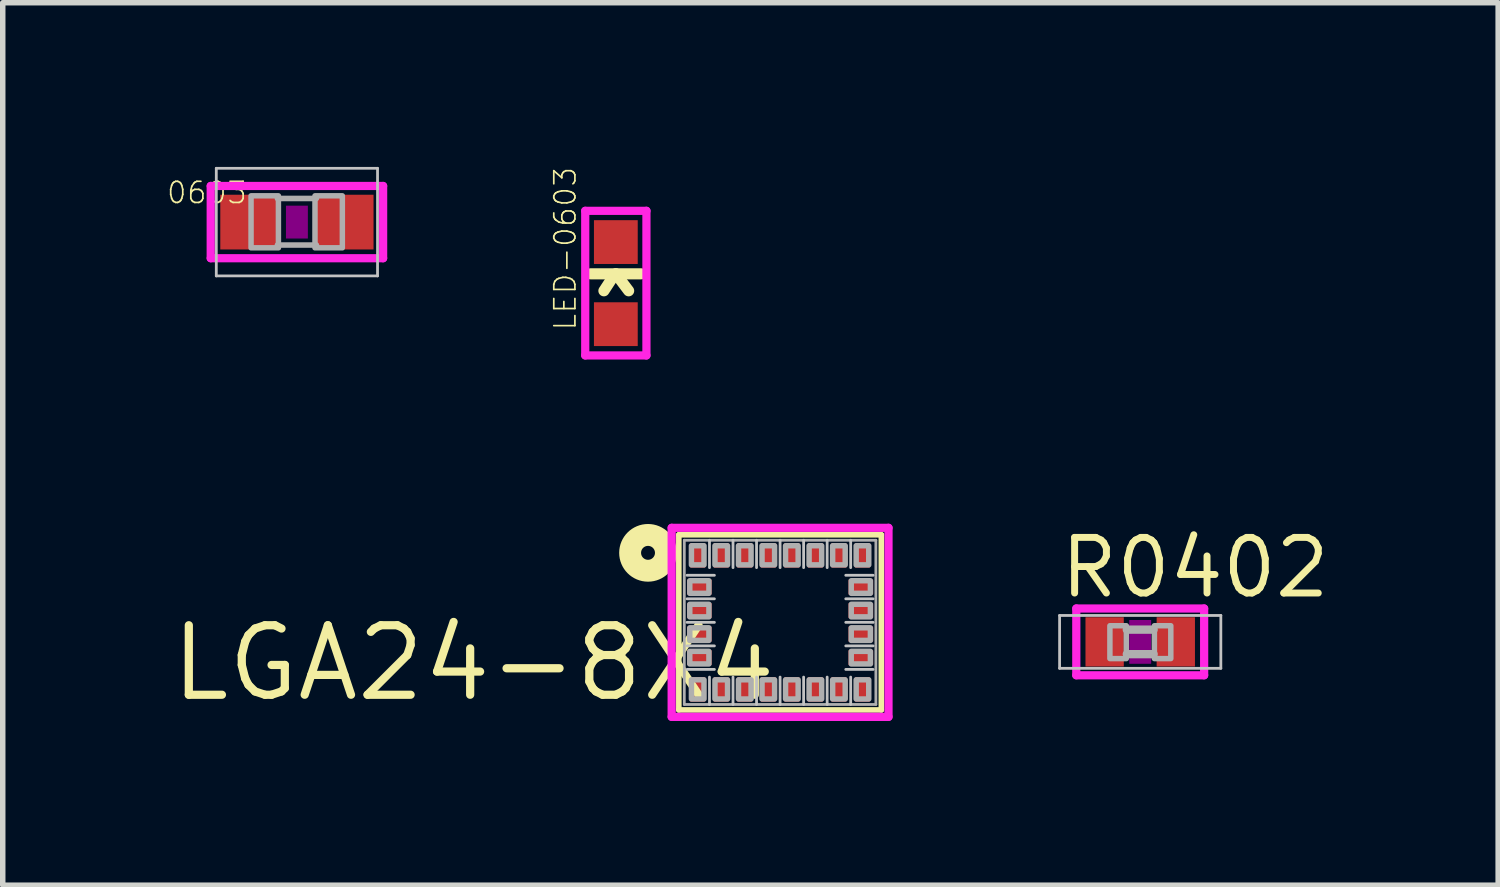
<source format=kicad_pcb>
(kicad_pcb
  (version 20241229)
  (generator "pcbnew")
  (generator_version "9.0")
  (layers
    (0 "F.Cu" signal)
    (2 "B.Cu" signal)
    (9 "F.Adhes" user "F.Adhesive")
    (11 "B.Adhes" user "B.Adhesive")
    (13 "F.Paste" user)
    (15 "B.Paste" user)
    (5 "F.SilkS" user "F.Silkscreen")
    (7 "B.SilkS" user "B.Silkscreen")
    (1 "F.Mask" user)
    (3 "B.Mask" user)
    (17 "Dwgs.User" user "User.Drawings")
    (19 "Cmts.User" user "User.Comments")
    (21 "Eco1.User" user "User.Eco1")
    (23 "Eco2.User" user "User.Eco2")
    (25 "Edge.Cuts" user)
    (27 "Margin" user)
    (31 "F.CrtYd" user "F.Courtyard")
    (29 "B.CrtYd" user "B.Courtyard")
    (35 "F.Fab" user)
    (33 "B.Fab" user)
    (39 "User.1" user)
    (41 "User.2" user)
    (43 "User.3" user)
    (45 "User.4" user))
  (footprint "LED-0603"
    (layer "F.Cu")
    (at 8.202 2.123)
    (property "Reference" "LED-0603" (at -0.699 0.889 90) (layer "F.SilkS") (effects (font (size 0.386 0.386) (thickness 0.031)) (justify left bottom)))
    (attr through_hole)
    (fp_line (start -0.46 -0.17) (end 0 -0.17) (stroke (width 0.203) (type solid)) (layer "F.SilkS"))
    (fp_line (start -0.025 -0.155) (end -0.218 0.14) (stroke (width 0.203) (type solid)) (layer "F.SilkS"))
    (fp_line (start 0 -0.17) (end 0.234 0.14) (stroke (width 0.203) (type solid)) (layer "F.SilkS"))
    (fp_line (start 0.46 -0.17) (end 0 -0.17) (stroke (width 0.203) (type solid)) (layer "F.SilkS"))
    (fp_line (start -0.559 -1.321) (end 0.559 -1.321) (stroke (width 0.15) (type solid)) (layer "F.CrtYd"))
    (fp_line (start -0.559 1.321) (end -0.559 -1.321) (stroke (width 0.15) (type solid)) (layer "F.CrtYd"))
    (fp_line (start 0.559 -1.321) (end 0.559 1.321) (stroke (width 0.15) (type solid)) (layer "F.CrtYd"))
    (fp_line (start 0.559 1.321) (end -0.559 1.321) (stroke (width 0.15) (type solid)) (layer "F.CrtYd"))
    (pad "A" smd rect (at 0 0.75) (size 0.8 0.8) (layers "F.Cu" "F.Mask" "F.Paste"))
    (pad "C" smd rect (at 0 -0.75) (size 0.8 0.8) (layers "F.Cu" "F.Mask" "F.Paste")))
  (footprint "0603"
    (layer "F.Cu")
    (at 2.375 1.008)
    (property "Reference" "0603" (at -0.889 -0.762 180) (layer "F.SilkS") (effects (font (size 0.386 0.386) (thickness 0.031)) (justify right top)))
    (attr through_hole)
    (fp_poly (pts (xy -0.2 0.3) (xy 0.2 0.3) (xy 0.2 -0.3) (xy -0.2 -0.3)) (stroke (width 0) (type solid)) (fill yes) (layer "F.Adhes"))
    (fp_line (start -1.473 -0.983) (end 1.473 -0.983) (stroke (width 0.051) (type solid)) (layer "Dwgs.User"))
    (fp_line (start -1.473 0.983) (end -1.473 -0.983) (stroke (width 0.051) (type solid)) (layer "Dwgs.User"))
    (fp_line (start 1.473 -0.983) (end 1.473 0.983) (stroke (width 0.051) (type solid)) (layer "Dwgs.User"))
    (fp_line (start 1.473 0.983) (end -1.473 0.983) (stroke (width 0.051) (type solid)) (layer "Dwgs.User"))
    (fp_line (start -1.575 -0.66) (end -1.575 0.66) (stroke (width 0.15) (type solid)) (layer "F.CrtYd"))
    (fp_line (start -1.575 0.66) (end 1.575 0.66) (stroke (width 0.15) (type solid)) (layer "F.CrtYd"))
    (fp_line (start 1.575 -0.66) (end -1.575 -0.66) (stroke (width 0.15) (type solid)) (layer "F.CrtYd"))
    (fp_line (start 1.575 0.66) (end 1.575 -0.66) (stroke (width 0.15) (type solid)) (layer "F.CrtYd"))
    (fp_line (start -0.356 -0.432) (end 0.356 -0.432) (stroke (width 0.102) (type solid)) (layer "F.Fab"))
    (fp_line (start -0.356 0.419) (end 0.356 0.419) (stroke (width 0.102) (type solid)) (layer "F.Fab"))
    (fp_poly (pts (xy -0.838 0.47) (xy -0.338 0.47) (xy -0.338 -0.48) (xy -0.838 -0.48)) (stroke (width 0.1) (type solid)) (fill no) (layer "F.Fab"))
    (fp_poly (pts (xy 0.33 0.47) (xy 0.83 0.47) (xy 0.83 -0.48) (xy 0.33 -0.48)) (stroke (width 0.1) (type solid)) (fill no) (layer "F.Fab"))
    (pad "1" smd rect (at -0.85 0) (size 1.1 1) (layers "F.Cu" "F.Mask" "F.Paste"))
    (pad "2" smd rect (at 0.85 0) (size 1.1 1) (layers "F.Cu" "F.Mask" "F.Paste")))
  (footprint "LGA24-8X4"
    (layer "F.Cu")
    (at 11.203 8.321)
    (property "Reference" "LGA24-8X4" (at 0 0 0) (layer "F.SilkS") (effects (font (size 1.27 1.27) (thickness 0.15)) (justify right top)))
    (attr through_hole)
    (fp_line (start -1.85 -1.6) (end 1.85 -1.6) (stroke (width 0.102) (type solid)) (layer "F.SilkS"))
    (fp_line (start -1.85 1.6) (end -1.85 -1.6) (stroke (width 0.102) (type solid)) (layer "F.SilkS"))
    (fp_line (start 1.85 -1.6) (end 1.85 1.6) (stroke (width 0.102) (type solid)) (layer "F.SilkS"))
    (fp_line (start 1.85 1.6) (end -1.85 1.6) (stroke (width 0.102) (type solid)) (layer "F.SilkS"))
    (fp_circle (center -2.413 -1.27) (end -2.286 -1.27) (stroke (width 0.4) (type solid)) (fill no) (layer "F.SilkS"))
    (fp_line (start -1.7 -0.86) (end -1.2 -0.86) (stroke (width 0.051) (type solid)) (layer "Dwgs.User"))
    (fp_line (start -1.7 -0.43) (end -1.2 -0.43) (stroke (width 0.051) (type solid)) (layer "Dwgs.User"))
    (fp_line (start -1.7 0) (end -1.2 0) (stroke (width 0.051) (type solid)) (layer "Dwgs.User"))
    (fp_line (start -1.7 0.43) (end -1.2 0.43) (stroke (width 0.051) (type solid)) (layer "Dwgs.User"))
    (fp_line (start -1.7 0.86) (end -1.2 0.86) (stroke (width 0.051) (type solid)) (layer "Dwgs.User"))
    (fp_line (start -1.29 -1.5) (end -1.29 -1) (stroke (width 0.051) (type solid)) (layer "Dwgs.User"))
    (fp_line (start -1.29 1.5) (end -1.29 1) (stroke (width 0.051) (type solid)) (layer "Dwgs.User"))
    (fp_line (start -0.86 -1.5) (end -0.86 -1) (stroke (width 0.051) (type solid)) (layer "Dwgs.User"))
    (fp_line (start -0.86 1.5) (end -0.86 1) (stroke (width 0.051) (type solid)) (layer "Dwgs.User"))
    (fp_line (start -0.43 -1.5) (end -0.43 -1) (stroke (width 0.051) (type solid)) (layer "Dwgs.User"))
    (fp_line (start -0.43 1.5) (end -0.43 1) (stroke (width 0.051) (type solid)) (layer "Dwgs.User"))
    (fp_line (start 0 -1.5) (end 0 -1) (stroke (width 0.051) (type solid)) (layer "Dwgs.User"))
    (fp_line (start 0 1.5) (end 0 1) (stroke (width 0.051) (type solid)) (layer "Dwgs.User"))
    (fp_line (start 0.43 -1.5) (end 0.43 -1) (stroke (width 0.051) (type solid)) (layer "Dwgs.User"))
    (fp_line (start 0.43 1.5) (end 0.43 1) (stroke (width 0.051) (type solid)) (layer "Dwgs.User"))
    (fp_line (start 0.86 -1.5) (end 0.86 -1) (stroke (width 0.051) (type solid)) (layer "Dwgs.User"))
    (fp_line (start 0.86 1.5) (end 0.86 1) (stroke (width 0.051) (type solid)) (layer "Dwgs.User"))
    (fp_line (start 1.29 -1.5) (end 1.29 -1) (stroke (width 0.051) (type solid)) (layer "Dwgs.User"))
    (fp_line (start 1.29 1.5) (end 1.29 1) (stroke (width 0.051) (type solid)) (layer "Dwgs.User"))
    (fp_line (start 1.7 -0.86) (end 1.2 -0.86) (stroke (width 0.051) (type solid)) (layer "Dwgs.User"))
    (fp_line (start 1.7 -0.43) (end 1.2 -0.43) (stroke (width 0.051) (type solid)) (layer "Dwgs.User"))
    (fp_line (start 1.7 0) (end 1.2 0) (stroke (width 0.051) (type solid)) (layer "Dwgs.User"))
    (fp_line (start 1.7 0.43) (end 1.2 0.43) (stroke (width 0.051) (type solid)) (layer "Dwgs.User"))
    (fp_line (start 1.7 0.86) (end 1.2 0.86) (stroke (width 0.051) (type solid)) (layer "Dwgs.User"))
    (fp_line (start -1.981 -1.727) (end -1.981 1.727) (stroke (width 0.15) (type solid)) (layer "F.CrtYd"))
    (fp_line (start -1.981 1.727) (end 1.981 1.727) (stroke (width 0.15) (type solid)) (layer "F.CrtYd"))
    (fp_line (start 1.981 -1.727) (end -1.981 -1.727) (stroke (width 0.15) (type solid)) (layer "F.CrtYd"))
    (fp_line (start 1.981 1.727) (end 1.981 -1.727) (stroke (width 0.15) (type solid)) (layer "F.CrtYd"))
    (fp_line (start -1.75 -1.5) (end 1.75 -1.5) (stroke (width 0.051) (type solid)) (layer "F.Fab"))
    (fp_line (start -1.75 1.5) (end -1.75 -1.5) (stroke (width 0.051) (type solid)) (layer "F.Fab"))
    (fp_line (start 1.75 -1.5) (end 1.75 1.5) (stroke (width 0.051) (type solid)) (layer "F.Fab"))
    (fp_line (start 1.75 1.5) (end -1.75 1.5) (stroke (width 0.051) (type solid)) (layer "F.Fab"))
    (fp_poly (pts (xy -1.65 -0.53) (xy -1.3 -0.53) (xy -1.3 -0.76) (xy -1.65 -0.76)) (stroke (width 0.1) (type solid)) (fill no) (layer "F.Fab"))
    (fp_poly (pts (xy -1.65 -0.1) (xy -1.3 -0.1) (xy -1.3 -0.33) (xy -1.65 -0.33)) (stroke (width 0.1) (type solid)) (fill no) (layer "F.Fab"))
    (fp_poly (pts (xy -1.65 0.33) (xy -1.3 0.33) (xy -1.3 0.1) (xy -1.65 0.1)) (stroke (width 0.1) (type solid)) (fill no) (layer "F.Fab"))
    (fp_poly (pts (xy -1.65 0.76) (xy -1.3 0.76) (xy -1.3 0.53) (xy -1.65 0.53)) (stroke (width 0.1) (type solid)) (fill no) (layer "F.Fab"))
    (fp_poly (pts (xy -1.62 -1.05) (xy -1.39 -1.05) (xy -1.39 -1.4) (xy -1.62 -1.4)) (stroke (width 0.1) (type solid)) (fill no) (layer "F.Fab"))
    (fp_poly (pts (xy -1.39 1.05) (xy -1.62 1.05) (xy -1.62 1.4) (xy -1.39 1.4)) (stroke (width 0.1) (type solid)) (fill no) (layer "F.Fab"))
    (fp_poly (pts (xy -1.19 -1.05) (xy -0.96 -1.05) (xy -0.96 -1.4) (xy -1.19 -1.4)) (stroke (width 0.1) (type solid)) (fill no) (layer "F.Fab"))
    (fp_poly (pts (xy -0.96 1.05) (xy -1.19 1.05) (xy -1.19 1.4) (xy -0.96 1.4)) (stroke (width 0.1) (type solid)) (fill no) (layer "F.Fab"))
    (fp_poly (pts (xy -0.76 -1.05) (xy -0.53 -1.05) (xy -0.53 -1.4) (xy -0.76 -1.4)) (stroke (width 0.1) (type solid)) (fill no) (layer "F.Fab"))
    (fp_poly (pts (xy -0.53 1.05) (xy -0.76 1.05) (xy -0.76 1.4) (xy -0.53 1.4)) (stroke (width 0.1) (type solid)) (fill no) (layer "F.Fab"))
    (fp_poly (pts (xy -0.33 -1.05) (xy -0.1 -1.05) (xy -0.1 -1.4) (xy -0.33 -1.4)) (stroke (width 0.1) (type solid)) (fill no) (layer "F.Fab"))
    (fp_poly (pts (xy -0.1 1.05) (xy -0.33 1.05) (xy -0.33 1.4) (xy -0.1 1.4)) (stroke (width 0.1) (type solid)) (fill no) (layer "F.Fab"))
    (fp_poly (pts (xy 0.1 -1.05) (xy 0.33 -1.05) (xy 0.33 -1.4) (xy 0.1 -1.4)) (stroke (width 0.1) (type solid)) (fill no) (layer "F.Fab"))
    (fp_poly (pts (xy 0.33 1.05) (xy 0.1 1.05) (xy 0.1 1.4) (xy 0.33 1.4)) (stroke (width 0.1) (type solid)) (fill no) (layer "F.Fab"))
    (fp_poly (pts (xy 0.53 -1.05) (xy 0.76 -1.05) (xy 0.76 -1.4) (xy 0.53 -1.4)) (stroke (width 0.1) (type solid)) (fill no) (layer "F.Fab"))
    (fp_poly (pts (xy 0.76 1.05) (xy 0.53 1.05) (xy 0.53 1.4) (xy 0.76 1.4)) (stroke (width 0.1) (type solid)) (fill no) (layer "F.Fab"))
    (fp_poly (pts (xy 0.96 -1.05) (xy 1.19 -1.05) (xy 1.19 -1.4) (xy 0.96 -1.4)) (stroke (width 0.1) (type solid)) (fill no) (layer "F.Fab"))
    (fp_poly (pts (xy 1.19 1.05) (xy 0.96 1.05) (xy 0.96 1.4) (xy 1.19 1.4)) (stroke (width 0.1) (type solid)) (fill no) (layer "F.Fab"))
    (fp_poly (pts (xy 1.39 -1.05) (xy 1.62 -1.05) (xy 1.62 -1.4) (xy 1.39 -1.4)) (stroke (width 0.1) (type solid)) (fill no) (layer "F.Fab"))
    (fp_poly (pts (xy 1.62 1.05) (xy 1.39 1.05) (xy 1.39 1.4) (xy 1.62 1.4)) (stroke (width 0.1) (type solid)) (fill no) (layer "F.Fab"))
    (fp_poly (pts (xy 1.65 -0.76) (xy 1.3 -0.76) (xy 1.3 -0.53) (xy 1.65 -0.53)) (stroke (width 0.1) (type solid)) (fill no) (layer "F.Fab"))
    (fp_poly (pts (xy 1.65 -0.33) (xy 1.3 -0.33) (xy 1.3 -0.1) (xy 1.65 -0.1)) (stroke (width 0.1) (type solid)) (fill no) (layer "F.Fab"))
    (fp_poly (pts (xy 1.65 0.1) (xy 1.3 0.1) (xy 1.3 0.33) (xy 1.65 0.33)) (stroke (width 0.1) (type solid)) (fill no) (layer "F.Fab"))
    (fp_poly (pts (xy 1.65 0.53) (xy 1.3 0.53) (xy 1.3 0.76) (xy 1.65 0.76)) (stroke (width 0.1) (type solid)) (fill no) (layer "F.Fab"))
    (pad "1" smd rect (at -1.505 -1.225 90) (size 0.45 0.27) (layers "F.Cu" "F.Mask" "F.Paste"))
    (pad "2" smd rect (at -1.475 -0.645 180) (size 0.45 0.27) (layers "F.Cu" "F.Mask" "F.Paste"))
    (pad "3" smd rect (at -1.475 -0.215 180) (size 0.45 0.27) (layers "F.Cu" "F.Mask" "F.Paste"))
    (pad "4" smd rect (at -1.475 0.215 180) (size 0.45 0.27) (layers "F.Cu" "F.Mask" "F.Paste"))
    (pad "5" smd rect (at -1.475 0.645 180) (size 0.45 0.27) (layers "F.Cu" "F.Mask" "F.Paste"))
    (pad "6" smd rect (at -1.505 1.225 270) (size 0.45 0.27) (layers "F.Cu" "F.Mask" "F.Paste"))
    (pad "7" smd rect (at -1.075 1.225 270) (size 0.45 0.27) (layers "F.Cu" "F.Mask" "F.Paste"))
    (pad "8" smd rect (at -0.645 1.225 270) (size 0.45 0.27) (layers "F.Cu" "F.Mask" "F.Paste"))
    (pad "9" smd rect (at -0.215 1.225 270) (size 0.45 0.27) (layers "F.Cu" "F.Mask" "F.Paste"))
    (pad "10" smd rect (at 0.215 1.225 270) (size 0.45 0.27) (layers "F.Cu" "F.Mask" "F.Paste"))
    (pad "11" smd rect (at 0.645 1.225 270) (size 0.45 0.27) (layers "F.Cu" "F.Mask" "F.Paste"))
    (pad "12" smd rect (at 1.075 1.225 270) (size 0.45 0.27) (layers "F.Cu" "F.Mask" "F.Paste"))
    (pad "13" smd rect (at 1.505 1.225 270) (size 0.45 0.27) (layers "F.Cu" "F.Mask" "F.Paste"))
    (pad "14" smd rect (at 1.475 0.645) (size 0.45 0.27) (layers "F.Cu" "F.Mask" "F.Paste"))
    (pad "15" smd rect (at 1.475 0.215) (size 0.45 0.27) (layers "F.Cu" "F.Mask" "F.Paste"))
    (pad "16" smd rect (at 1.475 -0.215) (size 0.45 0.27) (layers "F.Cu" "F.Mask" "F.Paste"))
    (pad "17" smd rect (at 1.475 -0.645) (size 0.45 0.27) (layers "F.Cu" "F.Mask" "F.Paste"))
    (pad "18" smd rect (at 1.505 -1.225 90) (size 0.45 0.27) (layers "F.Cu" "F.Mask" "F.Paste"))
    (pad "19" smd rect (at 1.075 -1.225 90) (size 0.45 0.27) (layers "F.Cu" "F.Mask" "F.Paste"))
    (pad "20" smd rect (at 0.645 -1.225 90) (size 0.45 0.27) (layers "F.Cu" "F.Mask" "F.Paste"))
    (pad "21" smd rect (at 0.215 -1.225 90) (size 0.45 0.27) (layers "F.Cu" "F.Mask" "F.Paste"))
    (pad "22" smd rect (at -0.215 -1.225 90) (size 0.45 0.27) (layers "F.Cu" "F.Mask" "F.Paste"))
    (pad "23" smd rect (at -0.645 -1.225 90) (size 0.45 0.27) (layers "F.Cu" "F.Mask" "F.Paste"))
    (pad "24" smd rect (at -1.075 -1.225 90) (size 0.45 0.27) (layers "F.Cu" "F.Mask" "F.Paste")))
  (footprint "R0402"
    (layer "F.Cu")
    (at 17.783 8.678)
    (property "Reference" "R0402" (at -1.524 -0.762 0) (layer "F.SilkS") (effects (font (size 1.016 1.016) (thickness 0.127)) (justify left bottom)))
    (attr through_hole)
    (fp_poly (pts (xy -0.2 0.4) (xy 0.2 0.4) (xy 0.2 -0.4) (xy -0.2 -0.4)) (stroke (width 0) (type solid)) (fill yes) (layer "F.Adhes"))
    (fp_line (start -1.473 -0.483) (end 1.473 -0.483) (stroke (width 0.051) (type solid)) (layer "Dwgs.User"))
    (fp_line (start -1.473 0.483) (end -1.473 -0.483) (stroke (width 0.051) (type solid)) (layer "Dwgs.User"))
    (fp_line (start 1.473 -0.483) (end 1.473 0.483) (stroke (width 0.051) (type solid)) (layer "Dwgs.User"))
    (fp_line (start 1.473 0.483) (end -1.473 0.483) (stroke (width 0.051) (type solid)) (layer "Dwgs.User"))
    (fp_line (start -1.168 -0.61) (end -1.168 0.61) (stroke (width 0.15) (type solid)) (layer "F.CrtYd"))
    (fp_line (start -1.168 0.61) (end 1.168 0.61) (stroke (width 0.15) (type solid)) (layer "F.CrtYd"))
    (fp_line (start 1.168 -0.61) (end -1.168 -0.61) (stroke (width 0.15) (type solid)) (layer "F.CrtYd"))
    (fp_line (start 1.168 0.61) (end 1.168 -0.61) (stroke (width 0.15) (type solid)) (layer "F.CrtYd"))
    (fp_line (start -0.245 -0.224) (end 0.245 -0.224) (stroke (width 0.152) (type solid)) (layer "F.Fab"))
    (fp_line (start 0.245 0.224) (end -0.245 0.224) (stroke (width 0.152) (type solid)) (layer "F.Fab"))
    (fp_poly (pts (xy -0.554 0.305) (xy -0.254 0.305) (xy -0.254 -0.295) (xy -0.554 -0.295)) (stroke (width 0.1) (type solid)) (fill no) (layer "F.Fab"))
    (fp_poly (pts (xy 0.259 0.305) (xy 0.559 0.305) (xy 0.559 -0.295) (xy 0.259 -0.295)) (stroke (width 0.1) (type solid)) (fill no) (layer "F.Fab"))
    (pad "1" smd rect (at -0.65 0) (size 0.7 0.9) (layers "F.Cu" "F.Mask" "F.Paste"))
    (pad "2" smd rect (at 0.65 0) (size 0.7 0.9) (layers "F.Cu" "F.Mask" "F.Paste")))
  (gr_rect
    (start -3 -3)
    (end 24.323 13.123)
    (stroke (width 0.1) (type default))
    (fill no)
    (layer "Edge.Cuts")))
</source>
